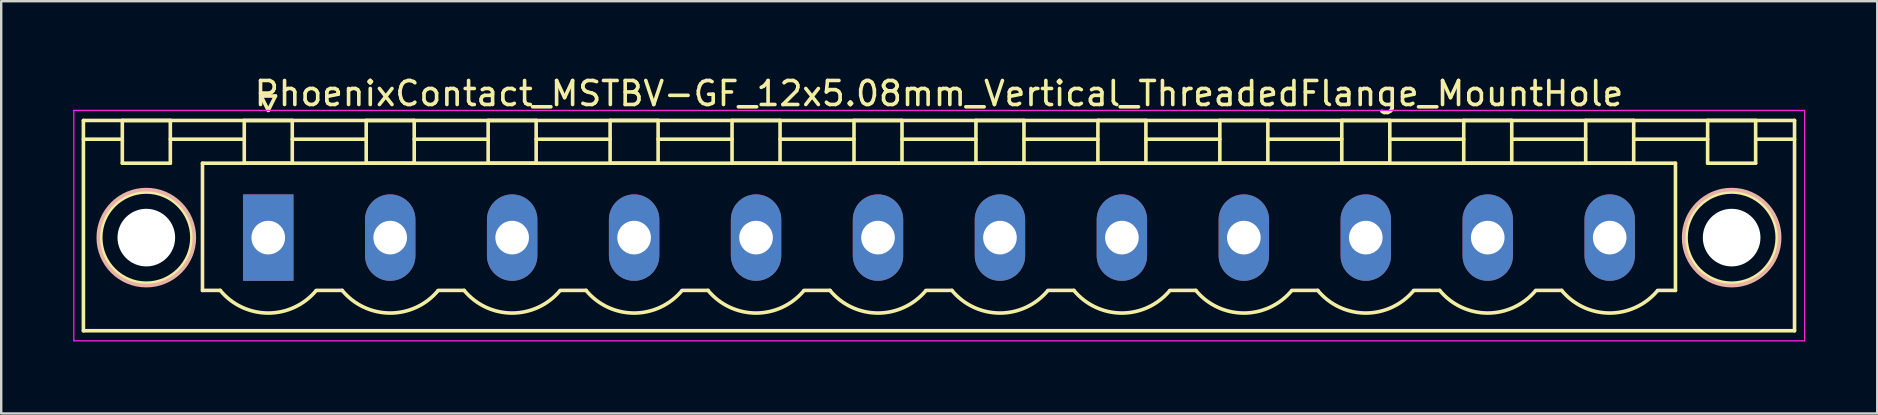
<source format=kicad_pcb>
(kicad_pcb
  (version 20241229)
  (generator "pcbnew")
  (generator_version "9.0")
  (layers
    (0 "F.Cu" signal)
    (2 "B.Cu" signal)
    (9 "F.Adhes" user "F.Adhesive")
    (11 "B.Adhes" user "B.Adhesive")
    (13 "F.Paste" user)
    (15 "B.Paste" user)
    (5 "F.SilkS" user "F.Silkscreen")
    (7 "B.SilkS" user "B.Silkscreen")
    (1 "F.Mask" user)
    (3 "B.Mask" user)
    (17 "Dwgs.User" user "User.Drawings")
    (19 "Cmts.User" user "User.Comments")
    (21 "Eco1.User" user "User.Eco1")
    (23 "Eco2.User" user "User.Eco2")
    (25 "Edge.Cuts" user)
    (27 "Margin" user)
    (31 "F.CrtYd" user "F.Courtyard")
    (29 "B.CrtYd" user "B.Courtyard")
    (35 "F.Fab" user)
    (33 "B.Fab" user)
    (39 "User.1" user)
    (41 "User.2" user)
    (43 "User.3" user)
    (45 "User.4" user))
  (footprint "PhoenixContact_MSTBV-GF_12x5.08mm_Vertical_ThreadedFlange_MountHole"
    (layer "F.Cu")
    (at 8.125 6.848)
    (property "Reference" "PhoenixContact_MSTBV-GF_12x5.08mm_Vertical_ThreadedFlange_MountHole" (at 27.94 -6 0) (layer "F.SilkS") (effects (font (size 1 1) (thickness 0.15))))
    (attr through_hole)
    (fp_line (start -7.7 -4.88) (end -7.7 3.88) (stroke (width 0.15) (type solid)) (layer "F.SilkS"))
    (fp_line (start -7.7 -4.1) (end -6.16 -4.1) (stroke (width 0.15) (type solid)) (layer "F.SilkS"))
    (fp_line (start -7.7 3.88) (end 63.58 3.88) (stroke (width 0.15) (type solid)) (layer "F.SilkS"))
    (fp_line (start -6.08 -4.88) (end -4.08 -4.88) (stroke (width 0.15) (type solid)) (layer "F.SilkS"))
    (fp_line (start -6.08 -3.1) (end -6.08 -4.88) (stroke (width 0.15) (type solid)) (layer "F.SilkS"))
    (fp_line (start -4.08 -4.88) (end -4.08 -3.1) (stroke (width 0.15) (type solid)) (layer "F.SilkS"))
    (fp_line (start -4.08 -4.1) (end -1 -4.1) (stroke (width 0.15) (type solid)) (layer "F.SilkS"))
    (fp_line (start -4.08 -3.1) (end -6.08 -3.1) (stroke (width 0.15) (type solid)) (layer "F.SilkS"))
    (fp_line (start -2.74 -3.1) (end 58.62 -3.1) (stroke (width 0.15) (type solid)) (layer "F.SilkS"))
    (fp_line (start -2.74 2.2) (end -2.74 -3.1) (stroke (width 0.15) (type solid)) (layer "F.SilkS"))
    (fp_line (start -2 2.2) (end -2.74 2.2) (stroke (width 0.15) (type solid)) (layer "F.SilkS"))
    (fp_line (start -1 -4.88) (end 1 -4.88) (stroke (width 0.15) (type solid)) (layer "F.SilkS"))
    (fp_line (start -1 -3.1) (end -1 -4.88) (stroke (width 0.15) (type solid)) (layer "F.SilkS"))
    (fp_line (start -0.3 -5.9) (end 0 -5.3) (stroke (width 0.15) (type solid)) (layer "F.SilkS"))
    (fp_line (start 0 -5.3) (end 0.3 -5.9) (stroke (width 0.15) (type solid)) (layer "F.SilkS"))
    (fp_line (start 0.3 -5.9) (end -0.3 -5.9) (stroke (width 0.15) (type solid)) (layer "F.SilkS"))
    (fp_line (start 1 -4.88) (end 1 -3.1) (stroke (width 0.15) (type solid)) (layer "F.SilkS"))
    (fp_line (start 1 -4.1) (end 4.08 -4.1) (stroke (width 0.15) (type solid)) (layer "F.SilkS"))
    (fp_line (start 1 -3.1) (end -1 -3.1) (stroke (width 0.15) (type solid)) (layer "F.SilkS"))
    (fp_line (start 2 2.2) (end 3.08 2.2) (stroke (width 0.15) (type solid)) (layer "F.SilkS"))
    (fp_line (start 4.08 -4.88) (end 6.08 -4.88) (stroke (width 0.15) (type solid)) (layer "F.SilkS"))
    (fp_line (start 4.08 -3.1) (end 4.08 -4.88) (stroke (width 0.15) (type solid)) (layer "F.SilkS"))
    (fp_line (start 6.08 -4.88) (end 6.08 -3.1) (stroke (width 0.15) (type solid)) (layer "F.SilkS"))
    (fp_line (start 6.08 -4.1) (end 9.16 -4.1) (stroke (width 0.15) (type solid)) (layer "F.SilkS"))
    (fp_line (start 6.08 -3.1) (end 4.08 -3.1) (stroke (width 0.15) (type solid)) (layer "F.SilkS"))
    (fp_line (start 7.08 2.2) (end 8.16 2.2) (stroke (width 0.15) (type solid)) (layer "F.SilkS"))
    (fp_line (start 9.16 -4.88) (end 11.16 -4.88) (stroke (width 0.15) (type solid)) (layer "F.SilkS"))
    (fp_line (start 9.16 -3.1) (end 9.16 -4.88) (stroke (width 0.15) (type solid)) (layer "F.SilkS"))
    (fp_line (start 11.16 -4.88) (end 11.16 -3.1) (stroke (width 0.15) (type solid)) (layer "F.SilkS"))
    (fp_line (start 11.16 -4.1) (end 14.24 -4.1) (stroke (width 0.15) (type solid)) (layer "F.SilkS"))
    (fp_line (start 11.16 -3.1) (end 9.16 -3.1) (stroke (width 0.15) (type solid)) (layer "F.SilkS"))
    (fp_line (start 12.16 2.2) (end 13.24 2.2) (stroke (width 0.15) (type solid)) (layer "F.SilkS"))
    (fp_line (start 14.24 -4.88) (end 16.24 -4.88) (stroke (width 0.15) (type solid)) (layer "F.SilkS"))
    (fp_line (start 14.24 -3.1) (end 14.24 -4.88) (stroke (width 0.15) (type solid)) (layer "F.SilkS"))
    (fp_line (start 16.24 -4.88) (end 16.24 -3.1) (stroke (width 0.15) (type solid)) (layer "F.SilkS"))
    (fp_line (start 16.24 -4.1) (end 19.32 -4.1) (stroke (width 0.15) (type solid)) (layer "F.SilkS"))
    (fp_line (start 16.24 -3.1) (end 14.24 -3.1) (stroke (width 0.15) (type solid)) (layer "F.SilkS"))
    (fp_line (start 17.24 2.2) (end 18.32 2.2) (stroke (width 0.15) (type solid)) (layer "F.SilkS"))
    (fp_line (start 19.32 -4.88) (end 21.32 -4.88) (stroke (width 0.15) (type solid)) (layer "F.SilkS"))
    (fp_line (start 19.32 -3.1) (end 19.32 -4.88) (stroke (width 0.15) (type solid)) (layer "F.SilkS"))
    (fp_line (start 21.32 -4.88) (end 21.32 -3.1) (stroke (width 0.15) (type solid)) (layer "F.SilkS"))
    (fp_line (start 21.32 -4.1) (end 24.4 -4.1) (stroke (width 0.15) (type solid)) (layer "F.SilkS"))
    (fp_line (start 21.32 -3.1) (end 19.32 -3.1) (stroke (width 0.15) (type solid)) (layer "F.SilkS"))
    (fp_line (start 22.32 2.2) (end 23.4 2.2) (stroke (width 0.15) (type solid)) (layer "F.SilkS"))
    (fp_line (start 24.4 -4.88) (end 26.4 -4.88) (stroke (width 0.15) (type solid)) (layer "F.SilkS"))
    (fp_line (start 24.4 -3.1) (end 24.4 -4.88) (stroke (width 0.15) (type solid)) (layer "F.SilkS"))
    (fp_line (start 26.4 -4.88) (end 26.4 -3.1) (stroke (width 0.15) (type solid)) (layer "F.SilkS"))
    (fp_line (start 26.4 -4.1) (end 29.48 -4.1) (stroke (width 0.15) (type solid)) (layer "F.SilkS"))
    (fp_line (start 26.4 -3.1) (end 24.4 -3.1) (stroke (width 0.15) (type solid)) (layer "F.SilkS"))
    (fp_line (start 27.4 2.2) (end 28.48 2.2) (stroke (width 0.15) (type solid)) (layer "F.SilkS"))
    (fp_line (start 29.48 -4.88) (end 31.48 -4.88) (stroke (width 0.15) (type solid)) (layer "F.SilkS"))
    (fp_line (start 29.48 -3.1) (end 29.48 -4.88) (stroke (width 0.15) (type solid)) (layer "F.SilkS"))
    (fp_line (start 31.48 -4.88) (end 31.48 -3.1) (stroke (width 0.15) (type solid)) (layer "F.SilkS"))
    (fp_line (start 31.48 -4.1) (end 34.56 -4.1) (stroke (width 0.15) (type solid)) (layer "F.SilkS"))
    (fp_line (start 31.48 -3.1) (end 29.48 -3.1) (stroke (width 0.15) (type solid)) (layer "F.SilkS"))
    (fp_line (start 32.48 2.2) (end 33.56 2.2) (stroke (width 0.15) (type solid)) (layer "F.SilkS"))
    (fp_line (start 34.56 -4.88) (end 36.56 -4.88) (stroke (width 0.15) (type solid)) (layer "F.SilkS"))
    (fp_line (start 34.56 -3.1) (end 34.56 -4.88) (stroke (width 0.15) (type solid)) (layer "F.SilkS"))
    (fp_line (start 36.56 -4.88) (end 36.56 -3.1) (stroke (width 0.15) (type solid)) (layer "F.SilkS"))
    (fp_line (start 36.56 -4.1) (end 39.64 -4.1) (stroke (width 0.15) (type solid)) (layer "F.SilkS"))
    (fp_line (start 36.56 -3.1) (end 34.56 -3.1) (stroke (width 0.15) (type solid)) (layer "F.SilkS"))
    (fp_line (start 37.56 2.2) (end 38.64 2.2) (stroke (width 0.15) (type solid)) (layer "F.SilkS"))
    (fp_line (start 39.64 -4.88) (end 41.64 -4.88) (stroke (width 0.15) (type solid)) (layer "F.SilkS"))
    (fp_line (start 39.64 -3.1) (end 39.64 -4.88) (stroke (width 0.15) (type solid)) (layer "F.SilkS"))
    (fp_line (start 41.64 -4.88) (end 41.64 -3.1) (stroke (width 0.15) (type solid)) (layer "F.SilkS"))
    (fp_line (start 41.64 -4.1) (end 44.72 -4.1) (stroke (width 0.15) (type solid)) (layer "F.SilkS"))
    (fp_line (start 41.64 -3.1) (end 39.64 -3.1) (stroke (width 0.15) (type solid)) (layer "F.SilkS"))
    (fp_line (start 42.64 2.2) (end 43.72 2.2) (stroke (width 0.15) (type solid)) (layer "F.SilkS"))
    (fp_line (start 44.72 -4.88) (end 46.72 -4.88) (stroke (width 0.15) (type solid)) (layer "F.SilkS"))
    (fp_line (start 44.72 -3.1) (end 44.72 -4.88) (stroke (width 0.15) (type solid)) (layer "F.SilkS"))
    (fp_line (start 46.72 -4.88) (end 46.72 -3.1) (stroke (width 0.15) (type solid)) (layer "F.SilkS"))
    (fp_line (start 46.72 -4.1) (end 49.8 -4.1) (stroke (width 0.15) (type solid)) (layer "F.SilkS"))
    (fp_line (start 46.72 -3.1) (end 44.72 -3.1) (stroke (width 0.15) (type solid)) (layer "F.SilkS"))
    (fp_line (start 47.72 2.2) (end 48.8 2.2) (stroke (width 0.15) (type solid)) (layer "F.SilkS"))
    (fp_line (start 49.8 -4.88) (end 51.8 -4.88) (stroke (width 0.15) (type solid)) (layer "F.SilkS"))
    (fp_line (start 49.8 -3.1) (end 49.8 -4.88) (stroke (width 0.15) (type solid)) (layer "F.SilkS"))
    (fp_line (start 51.8 -4.88) (end 51.8 -3.1) (stroke (width 0.15) (type solid)) (layer "F.SilkS"))
    (fp_line (start 51.8 -4.1) (end 54.88 -4.1) (stroke (width 0.15) (type solid)) (layer "F.SilkS"))
    (fp_line (start 51.8 -3.1) (end 49.8 -3.1) (stroke (width 0.15) (type solid)) (layer "F.SilkS"))
    (fp_line (start 52.8 2.2) (end 53.88 2.2) (stroke (width 0.15) (type solid)) (layer "F.SilkS"))
    (fp_line (start 54.88 -4.88) (end 56.88 -4.88) (stroke (width 0.15) (type solid)) (layer "F.SilkS"))
    (fp_line (start 54.88 -3.1) (end 54.88 -4.88) (stroke (width 0.15) (type solid)) (layer "F.SilkS"))
    (fp_line (start 56.88 -4.88) (end 56.88 -3.1) (stroke (width 0.15) (type solid)) (layer "F.SilkS"))
    (fp_line (start 56.88 -4.1) (end 59.96 -4.1) (stroke (width 0.15) (type solid)) (layer "F.SilkS"))
    (fp_line (start 56.88 -3.1) (end 54.88 -3.1) (stroke (width 0.15) (type solid)) (layer "F.SilkS"))
    (fp_line (start 58.62 -3.1) (end 58.62 2.2) (stroke (width 0.15) (type solid)) (layer "F.SilkS"))
    (fp_line (start 58.62 2.2) (end 57.88 2.2) (stroke (width 0.15) (type solid)) (layer "F.SilkS"))
    (fp_line (start 59.96 -4.88) (end 61.96 -4.88) (stroke (width 0.15) (type solid)) (layer "F.SilkS"))
    (fp_line (start 59.96 -3.1) (end 59.96 -4.88) (stroke (width 0.15) (type solid)) (layer "F.SilkS"))
    (fp_line (start 61.96 -4.88) (end 61.96 -3.1) (stroke (width 0.15) (type solid)) (layer "F.SilkS"))
    (fp_line (start 61.96 -3.1) (end 59.96 -3.1) (stroke (width 0.15) (type solid)) (layer "F.SilkS"))
    (fp_line (start 63.58 -4.88) (end -7.7 -4.88) (stroke (width 0.15) (type solid)) (layer "F.SilkS"))
    (fp_line (start 63.58 -4.1) (end 62.04 -4.1) (stroke (width 0.15) (type solid)) (layer "F.SilkS"))
    (fp_line (start 63.58 3.88) (end 63.58 -4.88) (stroke (width 0.15) (type solid)) (layer "F.SilkS"))
    (fp_arc (start 1.986842 2.215821) (mid -0.010289 3.142758) (end -2 2.2) (stroke (width 0.15) (type solid)) (layer "F.SilkS"))
    (fp_arc (start 7.066842 2.215821) (mid 5.069711 3.142758) (end 3.08 2.2) (stroke (width 0.15) (type solid)) (layer "F.SilkS"))
    (fp_arc (start 12.146842 2.215821) (mid 10.149711 3.142758) (end 8.16 2.2) (stroke (width 0.15) (type solid)) (layer "F.SilkS"))
    (fp_arc (start 17.226842 2.215821) (mid 15.229711 3.142758) (end 13.24 2.2) (stroke (width 0.15) (type solid)) (layer "F.SilkS"))
    (fp_arc (start 22.306842 2.215821) (mid 20.309711 3.142758) (end 18.32 2.2) (stroke (width 0.15) (type solid)) (layer "F.SilkS"))
    (fp_arc (start 27.386842 2.215821) (mid 25.389711 3.142758) (end 23.4 2.2) (stroke (width 0.15) (type solid)) (layer "F.SilkS"))
    (fp_arc (start 32.466842 2.215821) (mid 30.469711 3.142758) (end 28.48 2.2) (stroke (width 0.15) (type solid)) (layer "F.SilkS"))
    (fp_arc (start 37.546842 2.215821) (mid 35.549711 3.142758) (end 33.56 2.2) (stroke (width 0.15) (type solid)) (layer "F.SilkS"))
    (fp_arc (start 42.626842 2.215821) (mid 40.629711 3.142758) (end 38.64 2.2) (stroke (width 0.15) (type solid)) (layer "F.SilkS"))
    (fp_arc (start 47.706842 2.215821) (mid 45.709711 3.142758) (end 43.72 2.2) (stroke (width 0.15) (type solid)) (layer "F.SilkS"))
    (fp_arc (start 52.786842 2.215821) (mid 50.789711 3.142758) (end 48.8 2.2) (stroke (width 0.15) (type solid)) (layer "F.SilkS"))
    (fp_arc (start 57.866842 2.215821) (mid 55.869711 3.142758) (end 53.88 2.2) (stroke (width 0.15) (type solid)) (layer "F.SilkS"))
    (fp_circle (center -5.08 0) (end -3.18 0) (stroke (width 0.15) (type solid)) (fill no) (layer "F.SilkS"))
    (fp_circle (center 60.96 0) (end 62.86 0) (stroke (width 0.15) (type solid)) (fill no) (layer "F.SilkS"))
    (fp_circle (center -5.08 0) (end -3.08 0) (stroke (width 0.15) (type solid)) (fill no) (layer "B.SilkS"))
    (fp_circle (center 60.96 0) (end 62.96 0) (stroke (width 0.15) (type solid)) (fill no) (layer "B.SilkS"))
    (fp_line (start -8.1 -5.3) (end -8.1 4.3) (stroke (width 0.05) (type solid)) (layer "F.CrtYd"))
    (fp_line (start -8.1 4.3) (end 64 4.3) (stroke (width 0.05) (type solid)) (layer "F.CrtYd"))
    (fp_line (start 64 -5.3) (end -8.1 -5.3) (stroke (width 0.05) (type solid)) (layer "F.CrtYd"))
    (fp_line (start 64 4.3) (end 64 -5.3) (stroke (width 0.05) (type solid)) (layer "F.CrtYd"))
    (pad "" np_thru_hole circle (at -5.08 0) (size 2.4 2.4) (drill 2.4) (layers "*.Cu" "*.Mask"))
    (pad "" np_thru_hole circle (at 60.96 0) (size 2.4 2.4) (drill 2.4) (layers "*.Cu" "*.Mask"))
    (pad "1" thru_hole rect (at 0 0) (size 2.1 3.6) (drill 1.4) (layers "*.Cu" "*.Mask"))
    (pad "2" thru_hole oval (at 5.08 0) (size 2.1 3.6) (drill 1.4) (layers "*.Cu" "*.Mask"))
    (pad "3" thru_hole oval (at 10.16 0) (size 2.1 3.6) (drill 1.4) (layers "*.Cu" "*.Mask"))
    (pad "4" thru_hole oval (at 15.24 0) (size 2.1 3.6) (drill 1.4) (layers "*.Cu" "*.Mask"))
    (pad "5" thru_hole oval (at 20.32 0) (size 2.1 3.6) (drill 1.4) (layers "*.Cu" "*.Mask"))
    (pad "6" thru_hole oval (at 25.4 0) (size 2.1 3.6) (drill 1.4) (layers "*.Cu" "*.Mask"))
    (pad "7" thru_hole oval (at 30.48 0) (size 2.1 3.6) (drill 1.4) (layers "*.Cu" "*.Mask"))
    (pad "8" thru_hole oval (at 35.56 0) (size 2.1 3.6) (drill 1.4) (layers "*.Cu" "*.Mask"))
    (pad "9" thru_hole oval (at 40.64 0) (size 2.1 3.6) (drill 1.4) (layers "*.Cu" "*.Mask"))
    (pad "10" thru_hole oval (at 45.72 0) (size 2.1 3.6) (drill 1.4) (layers "*.Cu" "*.Mask"))
    (pad "11" thru_hole oval (at 50.8 0) (size 2.1 3.6) (drill 1.4) (layers "*.Cu" "*.Mask"))
    (pad "12" thru_hole oval (at 55.88 0) (size 2.1 3.6) (drill 1.4) (layers "*.Cu" "*.Mask")))
  (gr_rect
    (start -3 -3)
    (end 75.15 14.173)
    (stroke (width 0.1) (type default))
    (fill no)
    (layer "Edge.Cuts")))
</source>
